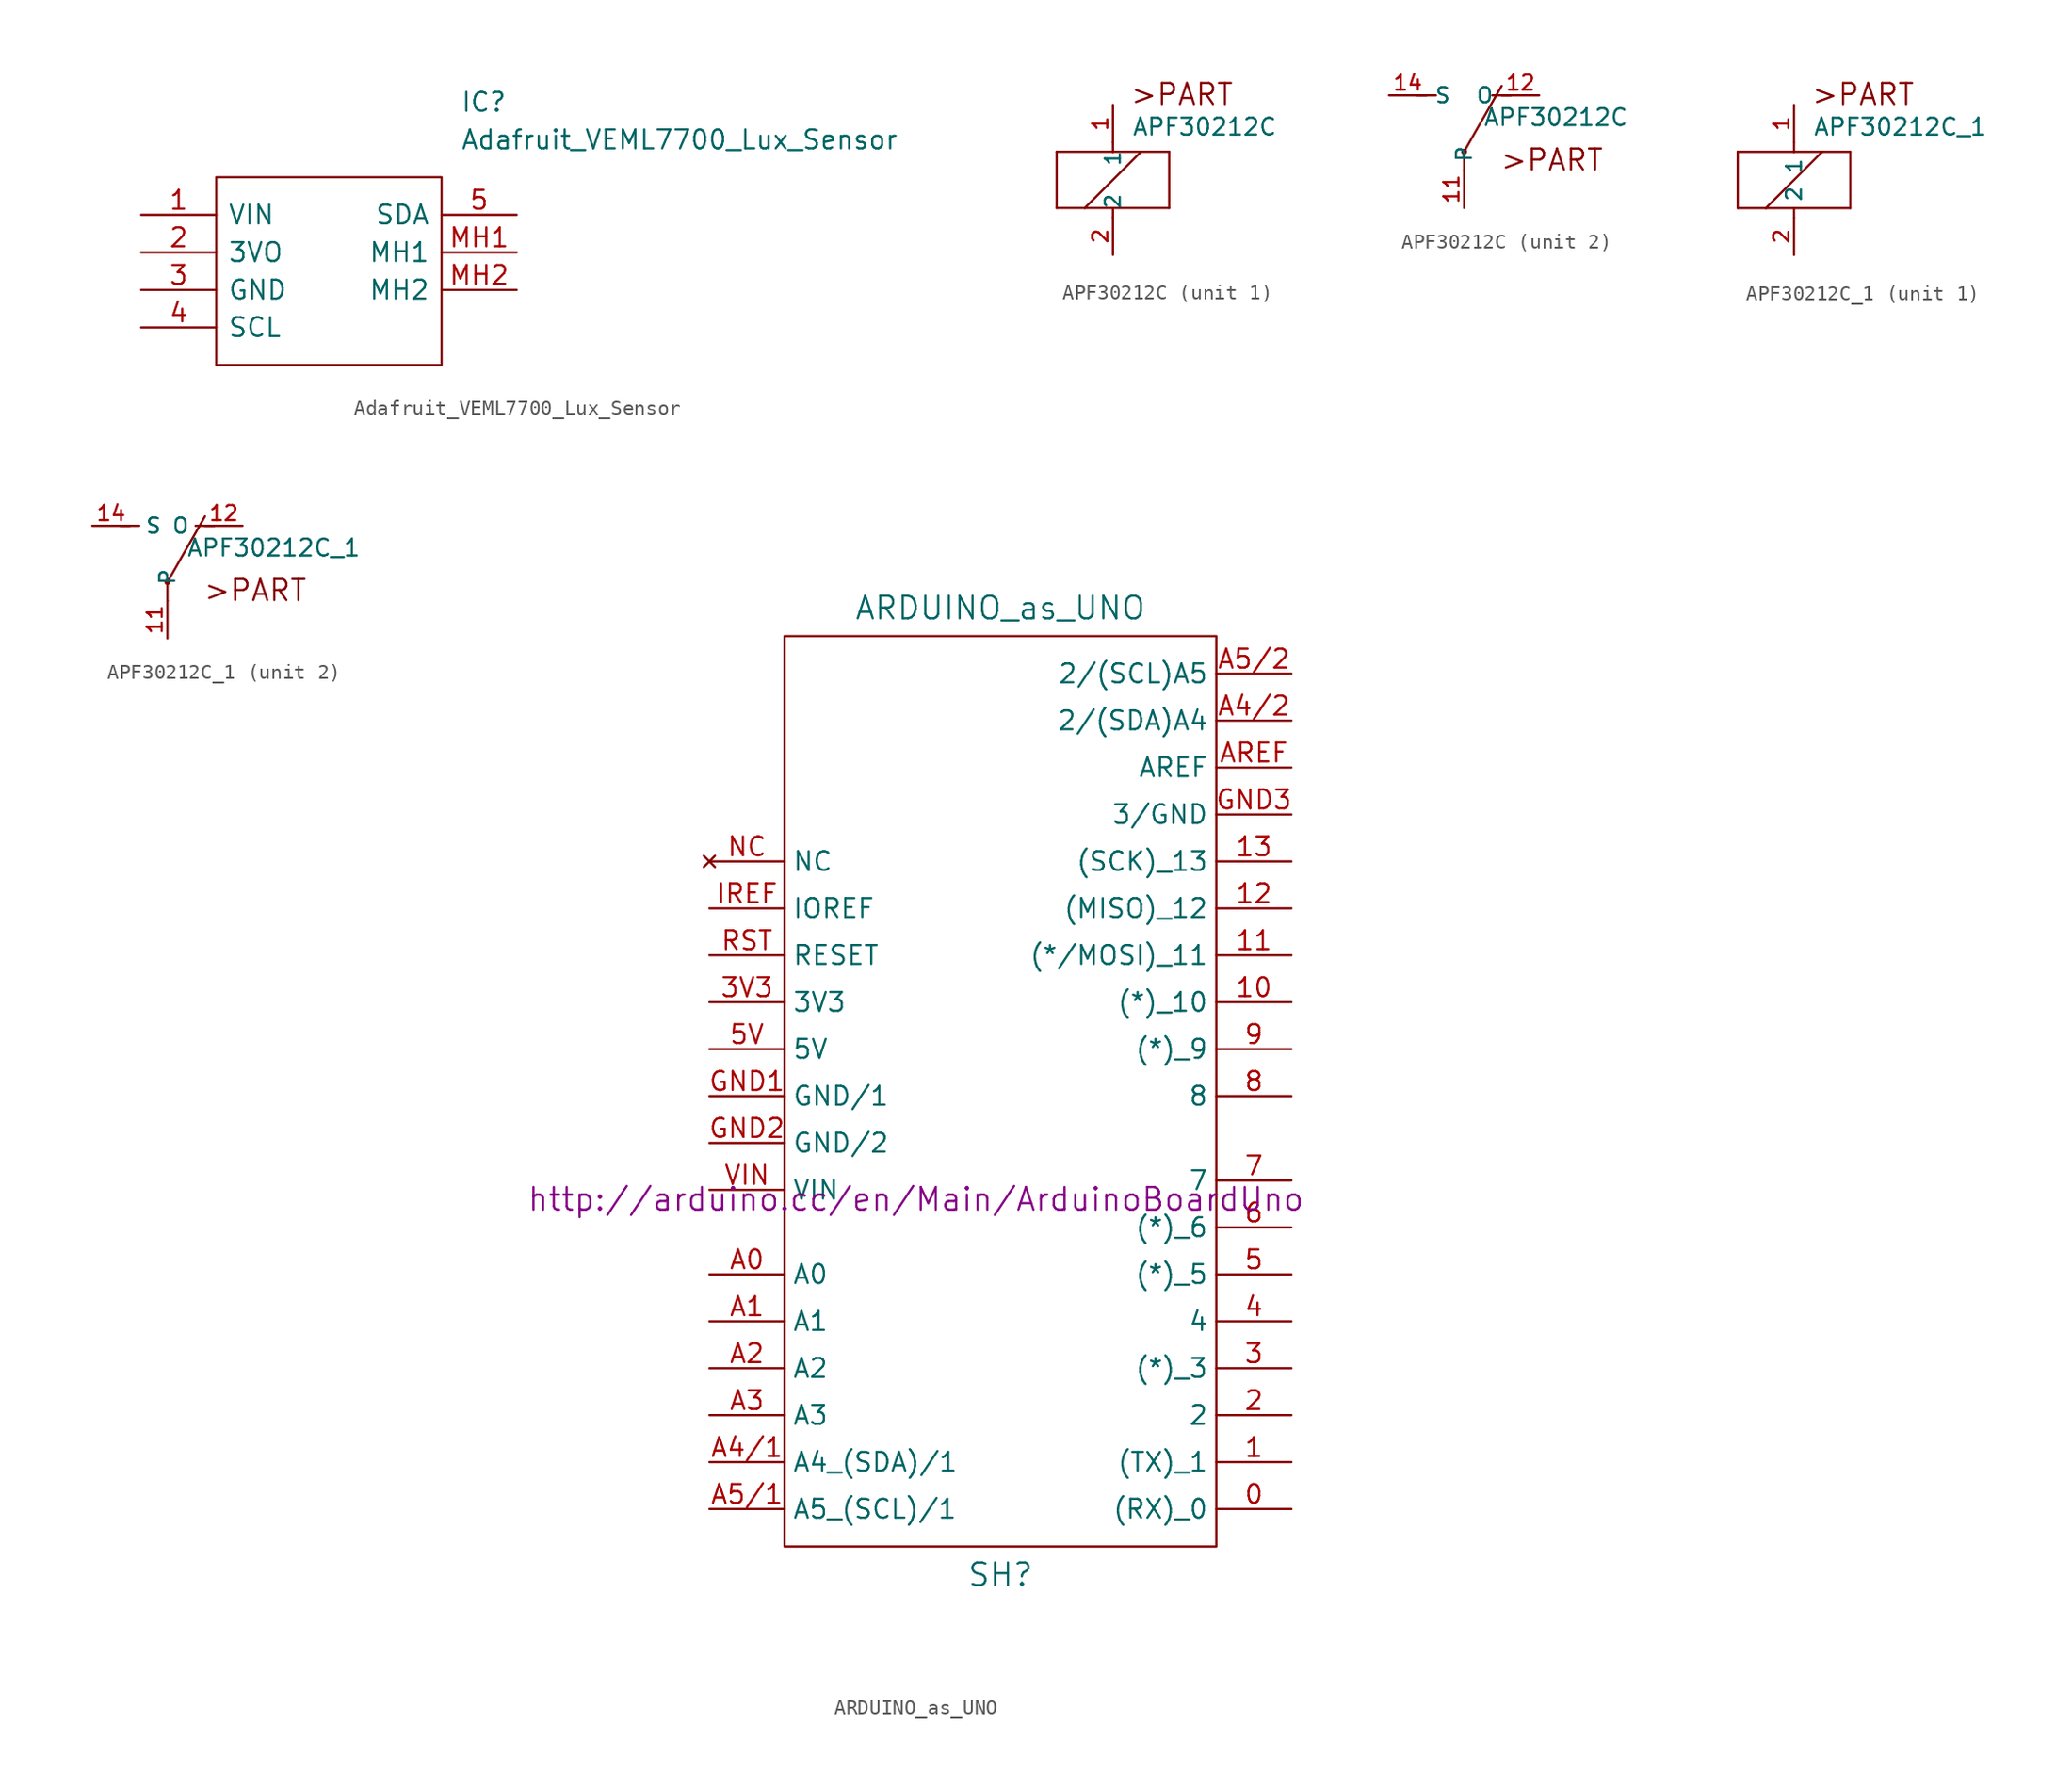
<source format=kicad_sym>
(kicad_symbol_lib
  (version 20220102)
  (generator kicad_symbol_editor)
  (symbol "Adafruit_VEML7700_Lux_Sensor"
    (pin_names
      (offset 0.762))
    (property "Reference" "IC"
      (at 21.59 7.62 0)
      (effects (font (size 1.27 1.27)) (justify left)))
    (property "Value" "Adafruit_VEML7700_Lux_Sensor"
      (at 21.59 5.08 0)
      (effects (font (size 1.27 1.27)) (justify left)))
    (symbol "Adafruit_VEML7700_Lux_Sensor_0_0"
      (pin bidirectional line (at 0 0 0) (length 5.08) (name "VIN" (effects (font (size 1.27 1.27)))) (number "1" (effects (font (size 1.27 1.27)))))
      (pin bidirectional line (at 0 -2.54 0) (length 5.08) (name "3VO" (effects (font (size 1.27 1.27)))) (number "2" (effects (font (size 1.27 1.27)))))
      (pin bidirectional line (at 0 -5.08 0) (length 5.08) (name "GND" (effects (font (size 1.27 1.27)))) (number "3" (effects (font (size 1.27 1.27)))))
      (pin bidirectional line (at 0 -7.62 0) (length 5.08) (name "SCL" (effects (font (size 1.27 1.27)))) (number "4" (effects (font (size 1.27 1.27)))))
      (pin bidirectional line (at 25.4 0 180) (length 5.08) (name "SDA" (effects (font (size 1.27 1.27)))) (number "5" (effects (font (size 1.27 1.27)))))
      (pin bidirectional line (at 25.4 -2.54 180) (length 5.08) (name "MH1" (effects (font (size 1.27 1.27)))) (number "MH1" (effects (font (size 1.27 1.27)))))
      (pin bidirectional line (at 25.4 -5.08 180) (length 5.08) (name "MH2" (effects (font (size 1.27 1.27)))) (number "MH2" (effects (font (size 1.27 1.27))))))
    (symbol "Adafruit_VEML7700_Lux_Sensor_0_1"
      (polyline (pts (xy 5.08 2.54) (xy 20.32 2.54) (xy 20.32 -10.16) (xy 5.08 -10.16) (xy 5.08 2.54)) (stroke (width 0.152) (type default)) (fill (type none)))))
  (symbol "APF30212C"
    (property "Reference" "K"
      (at 0 0 0)
      (effects (font (size 1.143 1.143)) (justify left bottom) hide))
    (property "Value" "APF30212C"
      (at 1.27 2.921 0)
      (effects (font (size 1.143 1.143)) (justify left bottom)))
    (property "ki_locked" ""
      (at 0 0 0)
      (effects (font (size 1.27 1.27))))
    (symbol "APF30212C_1_0"
      (polyline (pts (xy -3.81 -1.905) (xy -1.905 -1.905)) (stroke (width 0) (type default)) (fill (type none)))
      (polyline (pts (xy -3.81 1.905) (xy -3.81 -1.905)) (stroke (width 0) (type default)) (fill (type none)))
      (polyline (pts (xy -1.905 -1.905) (xy 0 -1.905)) (stroke (width 0) (type default)) (fill (type none)))
      (polyline (pts (xy -1.905 -1.905) (xy 1.905 1.905)) (stroke (width 0) (type default)) (fill (type none)))
      (polyline (pts (xy 0 -2.54) (xy 0 -1.905)) (stroke (width 0) (type default)) (fill (type none)))
      (polyline (pts (xy 0 -1.905) (xy 3.81 -1.905)) (stroke (width 0) (type default)) (fill (type none)))
      (polyline (pts (xy 0 1.905) (xy -3.81 1.905)) (stroke (width 0) (type default)) (fill (type none)))
      (polyline (pts (xy 0 2.54) (xy 0 1.905)) (stroke (width 0) (type default)) (fill (type none)))
      (polyline (pts (xy 1.905 1.905) (xy 0 1.905)) (stroke (width 0) (type default)) (fill (type none)))
      (polyline (pts (xy 3.81 -1.905) (xy 3.81 1.905)) (stroke (width 0) (type default)) (fill (type none)))
      (polyline (pts (xy 3.81 1.905) (xy 1.905 1.905)) (stroke (width 0) (type default)) (fill (type none)))
      (text ">PART" (at 4.674 5.791 0) (effects (font (size 1.422 1.422)))))
    (symbol "APF30212C_1_1"
      (pin passive line (at 0 5.08 270) (length 2.54) (name "1" (effects (font (size 1.016 1.016)))) (number "1" (effects (font (size 1.016 1.016)))))
      (pin passive line (at 0 -5.08 90) (length 2.54) (name "2" (effects (font (size 1.016 1.016)))) (number "2" (effects (font (size 1.016 1.016))))))
    (symbol "APF30212C_2_0"
      (polyline (pts (xy -3.175 5.08) (xy -1.905 5.08)) (stroke (width 0) (type default)) (fill (type none)))
      (polyline (pts (xy 0 1.27) (xy 0 0)) (stroke (width 0) (type default)) (fill (type none)))
      (polyline (pts (xy 0 1.27) (xy 2.54 5.715)) (stroke (width 0) (type default)) (fill (type none)))
      (polyline (pts (xy 3.175 5.08) (xy 1.905 5.08)) (stroke (width 0) (type default)) (fill (type none)))
      (text ">PART" (at 5.944 0.711 0) (effects (font (size 1.422 1.422)))))
    (symbol "APF30212C_2_1"
      (circle (center 0 1.27) (radius 0.127) (stroke (width 0) (type default)) (fill (type outline)))
      (pin passive line (at 0 -2.54 90) (length 2.54) (name "P" (effects (font (size 1.016 1.016)))) (number "11" (effects (font (size 1.016 1.016)))))
      (pin passive line (at 5.08 5.08 180) (length 2.54) (name "O" (effects (font (size 1.016 1.016)))) (number "12" (effects (font (size 1.016 1.016)))))
      (pin passive line (at -5.08 5.08 0) (length 2.54) (name "S" (effects (font (size 1.016 1.016)))) (number "14" (effects (font (size 1.016 1.016)))))))
  (symbol "APF30212C_1"
    (pin_names
      (offset 1.016))
    (property "Reference" "K"
      (at 0 0 0)
      (effects (font (size 1.143 1.143)) (justify left bottom) hide))
    (property "Value" "APF30212C_1"
      (at 1.27 2.921 0)
      (effects (font (size 1.143 1.143)) (justify left bottom)))
    (property "ki_locked" ""
      (at 0 0 0)
      (effects (font (size 1.27 1.27))))
    (symbol "APF30212C_1_1_0"
      (polyline (pts (xy -3.81 -1.905) (xy -1.905 -1.905)) (stroke (width 0) (type default)) (fill (type none)))
      (polyline (pts (xy -3.81 1.905) (xy -3.81 -1.905)) (stroke (width 0) (type default)) (fill (type none)))
      (polyline (pts (xy -1.905 -1.905) (xy 0 -1.905)) (stroke (width 0) (type default)) (fill (type none)))
      (polyline (pts (xy -1.905 -1.905) (xy 1.905 1.905)) (stroke (width 0) (type default)) (fill (type none)))
      (polyline (pts (xy 0 -2.54) (xy 0 -1.905)) (stroke (width 0) (type default)) (fill (type none)))
      (polyline (pts (xy 0 -1.905) (xy 3.81 -1.905)) (stroke (width 0) (type default)) (fill (type none)))
      (polyline (pts (xy 0 1.905) (xy -3.81 1.905)) (stroke (width 0) (type default)) (fill (type none)))
      (polyline (pts (xy 0 2.54) (xy 0 1.905)) (stroke (width 0) (type default)) (fill (type none)))
      (polyline (pts (xy 1.905 1.905) (xy 0 1.905)) (stroke (width 0) (type default)) (fill (type none)))
      (polyline (pts (xy 3.81 -1.905) (xy 3.81 1.905)) (stroke (width 0) (type default)) (fill (type none)))
      (polyline (pts (xy 3.81 1.905) (xy 1.905 1.905)) (stroke (width 0) (type default)) (fill (type none)))
      (text ">PART" (at 4.674 5.791 0) (effects (font (size 1.422 1.422)))))
    (symbol "APF30212C_1_1_1"
      (pin passive line (at 0 5.08 270) (length 2.54) (name "1" (effects (font (size 1.016 1.016)))) (number "1" (effects (font (size 1.016 1.016)))))
      (pin passive line (at 0 -5.08 90) (length 2.54) (name "2" (effects (font (size 1.016 1.016)))) (number "2" (effects (font (size 1.016 1.016))))))
    (symbol "APF30212C_1_2_0"
      (polyline (pts (xy -3.175 5.08) (xy -1.905 5.08)) (stroke (width 0) (type default)) (fill (type none)))
      (polyline (pts (xy 0 1.27) (xy 0 0)) (stroke (width 0) (type default)) (fill (type none)))
      (polyline (pts (xy 0 1.27) (xy 2.54 5.715)) (stroke (width 0) (type default)) (fill (type none)))
      (polyline (pts (xy 3.175 5.08) (xy 1.905 5.08)) (stroke (width 0) (type default)) (fill (type none)))
      (text ">PART" (at 5.944 0.711 0) (effects (font (size 1.422 1.422)))))
    (symbol "APF30212C_1_2_1"
      (circle (center 0 1.27) (radius 0.127) (stroke (width 0) (type default)) (fill (type outline)))
      (pin passive line (at 0 -2.54 90) (length 2.54) (name "P" (effects (font (size 1.016 1.016)))) (number "11" (effects (font (size 1.016 1.016)))))
      (pin passive line (at 5.08 5.08 180) (length 2.54) (name "O" (effects (font (size 1.016 1.016)))) (number "12" (effects (font (size 1.016 1.016)))))
      (pin passive line (at -5.08 5.08 0) (length 2.54) (name "S" (effects (font (size 1.016 1.016)))) (number "14" (effects (font (size 1.016 1.016)))))))
  (symbol "ARDUINO_as_UNO"
    (property "Reference" "SH"
      (at 0.635 -31.115 0)
      (effects (font (size 1.524 1.524))))
    (property "Value" "ARDUINO_as_UNO"
      (at 0.635 34.29 0)
      (effects (font (size 1.524 1.524))))
    (property "Footprint" ""
      (at -5.08 -5.715 0)
      (effects (font (size 1.524 1.524))))
    (property "Datasheet" "http://arduino.cc/en/Main/ArduinoBoardUno"
      (at -5.08 -5.715 0)
      (effects (font (size 1.524 1.524))))
    (symbol "ARDUINO_as_UNO_0_1"
      (rectangle (start -13.97 -29.21) (end 15.24 32.385) (stroke (width 0) (type default)) (fill (type none))))
    (symbol "ARDUINO_as_UNO_1_1"
      (pin input line (at 20.32 -26.67 180) (length 5.08) (name "(RX)_0" (effects (font (size 1.27 1.27)))) (number "0" (effects (font (size 1.27 1.27)))))
      (pin input line (at 20.32 -23.495 180) (length 5.08) (name "(TX)_1" (effects (font (size 1.27 1.27)))) (number "1" (effects (font (size 1.27 1.27)))))
      (pin input line (at 20.32 7.62 180) (length 5.08) (name "(*)_10" (effects (font (size 1.27 1.27)))) (number "10" (effects (font (size 1.27 1.27)))))
      (pin input line (at 20.32 10.795 180) (length 5.08) (name "(*/MOSI)_11" (effects (font (size 1.27 1.27)))) (number "11" (effects (font (size 1.27 1.27)))))
      (pin input line (at 20.32 13.97 180) (length 5.08) (name "(MISO)_12" (effects (font (size 1.27 1.27)))) (number "12" (effects (font (size 1.27 1.27)))))
      (pin input line (at 20.32 17.145 180) (length 5.08) (name "(SCK)_13" (effects (font (size 1.27 1.27)))) (number "13" (effects (font (size 1.27 1.27)))))
      (pin input line (at 20.32 -20.32 180) (length 5.08) (name "2" (effects (font (size 1.27 1.27)))) (number "2" (effects (font (size 1.27 1.27)))))
      (pin input line (at 20.32 -17.145 180) (length 5.08) (name "(*)_3" (effects (font (size 1.27 1.27)))) (number "3" (effects (font (size 1.27 1.27)))))
      (pin input line (at -19.05 7.62 0) (length 5.08) (name "3V3" (effects (font (size 1.27 1.27)))) (number "3V3" (effects (font (size 1.27 1.27)))))
      (pin input line (at 20.32 -13.97 180) (length 5.08) (name "4" (effects (font (size 1.27 1.27)))) (number "4" (effects (font (size 1.27 1.27)))))
      (pin input line (at 20.32 -10.795 180) (length 5.08) (name "(*)_5" (effects (font (size 1.27 1.27)))) (number "5" (effects (font (size 1.27 1.27)))))
      (pin input line (at -19.05 4.445 0) (length 5.08) (name "5V" (effects (font (size 1.27 1.27)))) (number "5V" (effects (font (size 1.27 1.27)))))
      (pin input line (at 20.32 -7.62 180) (length 5.08) (name "(*)_6" (effects (font (size 1.27 1.27)))) (number "6" (effects (font (size 1.27 1.27)))))
      (pin input line (at 20.32 -4.445 180) (length 5.08) (name "7" (effects (font (size 1.27 1.27)))) (number "7" (effects (font (size 1.27 1.27)))))
      (pin input line (at 20.32 1.27 180) (length 5.08) (name "8" (effects (font (size 1.27 1.27)))) (number "8" (effects (font (size 1.27 1.27)))))
      (pin input line (at 20.32 4.445 180) (length 5.08) (name "(*)_9" (effects (font (size 1.27 1.27)))) (number "9" (effects (font (size 1.27 1.27)))))
      (pin input line (at -19.05 -10.795 0) (length 5.08) (name "A0" (effects (font (size 1.27 1.27)))) (number "A0" (effects (font (size 1.27 1.27)))))
      (pin input line (at -19.05 -13.97 0) (length 5.08) (name "A1" (effects (font (size 1.27 1.27)))) (number "A1" (effects (font (size 1.27 1.27)))))
      (pin input line (at -19.05 -17.145 0) (length 5.08) (name "A2" (effects (font (size 1.27 1.27)))) (number "A2" (effects (font (size 1.27 1.27)))))
      (pin input line (at -19.05 -20.32 0) (length 5.08) (name "A3" (effects (font (size 1.27 1.27)))) (number "A3" (effects (font (size 1.27 1.27)))))
      (pin input line (at -19.05 -23.495 0) (length 5.08) (name "A4_(SDA)/1" (effects (font (size 1.27 1.27)))) (number "A4/1" (effects (font (size 1.27 1.27)))))
      (pin input line (at 20.32 26.67 180) (length 5.08) (name "2/(SDA)A4" (effects (font (size 1.27 1.27)))) (number "A4/2" (effects (font (size 1.27 1.27)))))
      (pin input line (at -19.05 -26.67 0) (length 5.08) (name "A5_(SCL)/1" (effects (font (size 1.27 1.27)))) (number "A5/1" (effects (font (size 1.27 1.27)))))
      (pin input line (at 20.32 29.845 180) (length 5.08) (name "2/(SCL)A5" (effects (font (size 1.27 1.27)))) (number "A5/2" (effects (font (size 1.27 1.27)))))
      (pin input line (at 20.32 23.495 180) (length 5.08) (name "AREF" (effects (font (size 1.27 1.27)))) (number "AREF" (effects (font (size 1.27 1.27)))))
      (pin input line (at -19.05 1.27 0) (length 5.08) (name "GND/1" (effects (font (size 1.27 1.27)))) (number "GND1" (effects (font (size 1.27 1.27)))))
      (pin input line (at -19.05 -1.905 0) (length 5.08) (name "GND/2" (effects (font (size 1.27 1.27)))) (number "GND2" (effects (font (size 1.27 1.27)))))
      (pin input line (at 20.32 20.32 180) (length 5.08) (name "3/GND" (effects (font (size 1.27 1.27)))) (number "GND3" (effects (font (size 1.27 1.27)))))
      (pin input line (at -19.05 13.97 0) (length 5.08) (name "IOREF" (effects (font (size 1.27 1.27)))) (number "IREF" (effects (font (size 1.27 1.27)))))
      (pin no_connect line (at -19.05 17.145 0) (length 5.08) (name "NC" (effects (font (size 1.27 1.27)))) (number "NC" (effects (font (size 1.27 1.27)))))
      (pin input line (at -19.05 10.795 0) (length 5.08) (name "RESET" (effects (font (size 1.27 1.27)))) (number "RST" (effects (font (size 1.27 1.27)))))
      (pin input line (at -19.05 -5.08 0) (length 5.08) (name "VIN" (effects (font (size 1.27 1.27)))) (number "VIN" (effects (font (size 1.27 1.27))))))))
</source>
